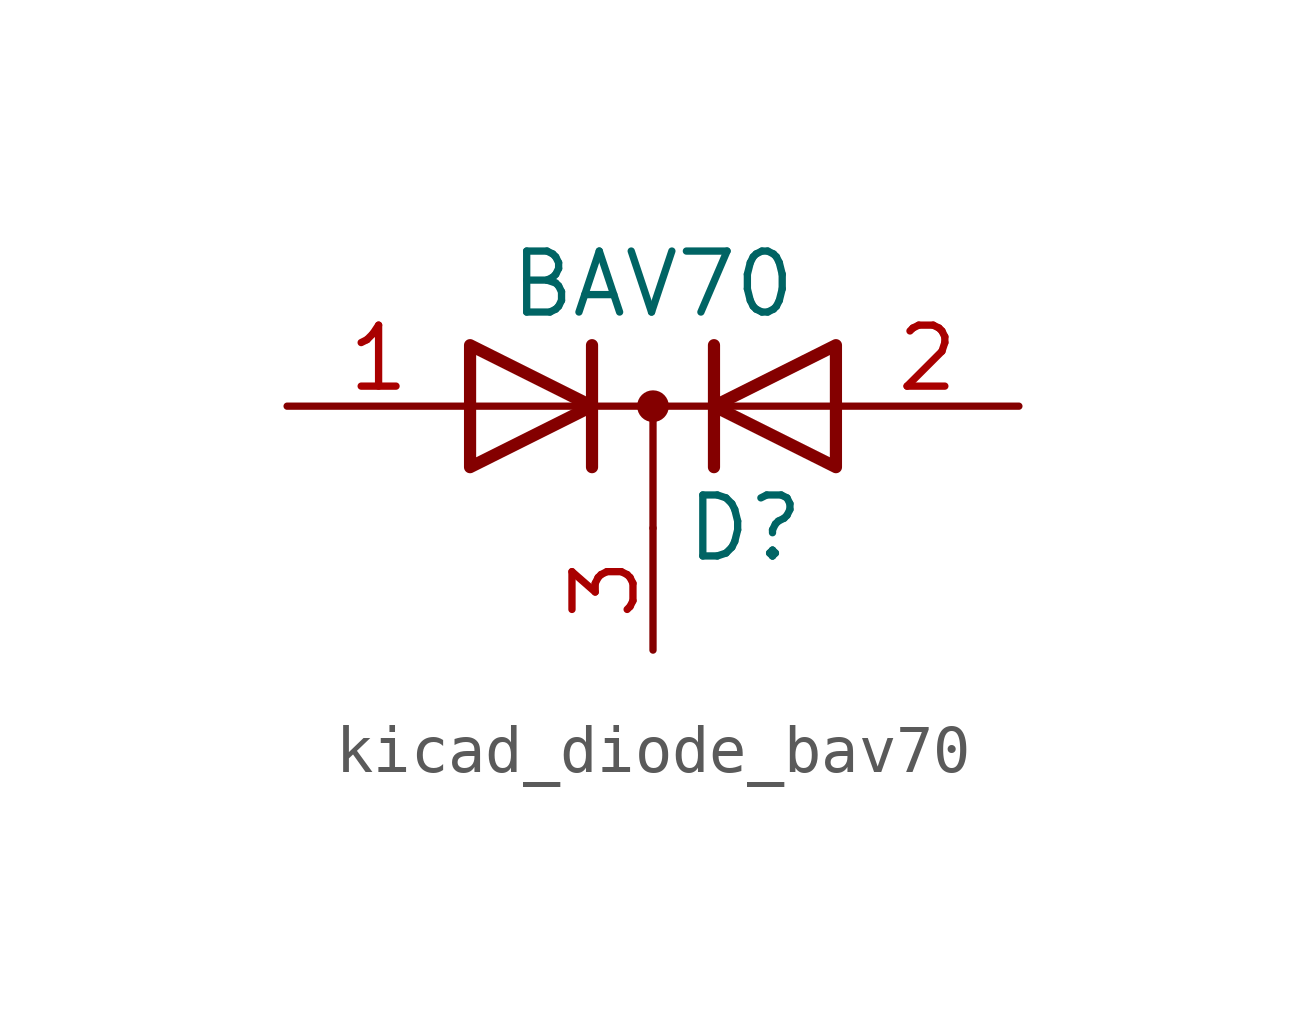
<source format=kicad_sym>
(kicad_symbol_lib
  (version 20220914)
  (generator kicad_symbol_editor)
  (symbol "kicad_diode_bav70"
    (pin_names hide)
    (property "Reference" "D"
      (at 0.635 -2.54 0)
      (effects (font (size 1.27 1.27)) (justify left)))
    (property "Value" "BAV70"
      (at 0 2.54 0)
      (effects (font (size 1.27 1.27))))
    (symbol "kicad_diode_bav70_0_1"
      (polyline (pts (xy -3.81 0) (xy 3.81 0)) (stroke (width 0) (type default)) (fill (type none)))
      (polyline (pts (xy 0 0) (xy 0 -2.54)) (stroke (width 0) (type default)) (fill (type none)))
      (polyline (pts (xy -1.27 -1.27) (xy -1.27 1.27) (xy -1.27 1.27)) (stroke (width 0.254) (type default)) (fill (type none)))
      (polyline (pts (xy 1.27 -1.27) (xy 1.27 1.27) (xy 1.27 1.27)) (stroke (width 0.254) (type default)) (fill (type none)))
      (polyline (pts (xy -3.81 1.27) (xy -1.27 0) (xy -3.81 -1.27) (xy -3.81 1.27) (xy -3.81 1.27) (xy -3.81 1.27)) (stroke (width 0.254) (type default)) (fill (type none)))
      (polyline (pts (xy 3.81 -1.27) (xy 1.27 0) (xy 3.81 1.27) (xy 3.81 -1.27) (xy 3.81 -1.27) (xy 3.81 -1.27)) (stroke (width 0.254) (type default)) (fill (type none)))
      (circle (center 0 0) (radius 0.254) (stroke (width 0) (type default)) (fill (type outline)))
      (pin passive line (at -7.62 0 0) (length 3.81) (name "A" (effects (font (size 1.27 1.27)))) (number "1" (effects (font (size 1.27 1.27)))))
      (pin passive line (at 7.62 0 180) (length 3.81) (name "A" (effects (font (size 1.27 1.27)))) (number "2" (effects (font (size 1.27 1.27)))))
      (pin passive line (at 0 -5.08 90) (length 2.54) (name "K" (effects (font (size 1.27 1.27)))) (number "3" (effects (font (size 1.27 1.27))))))))
</source>
